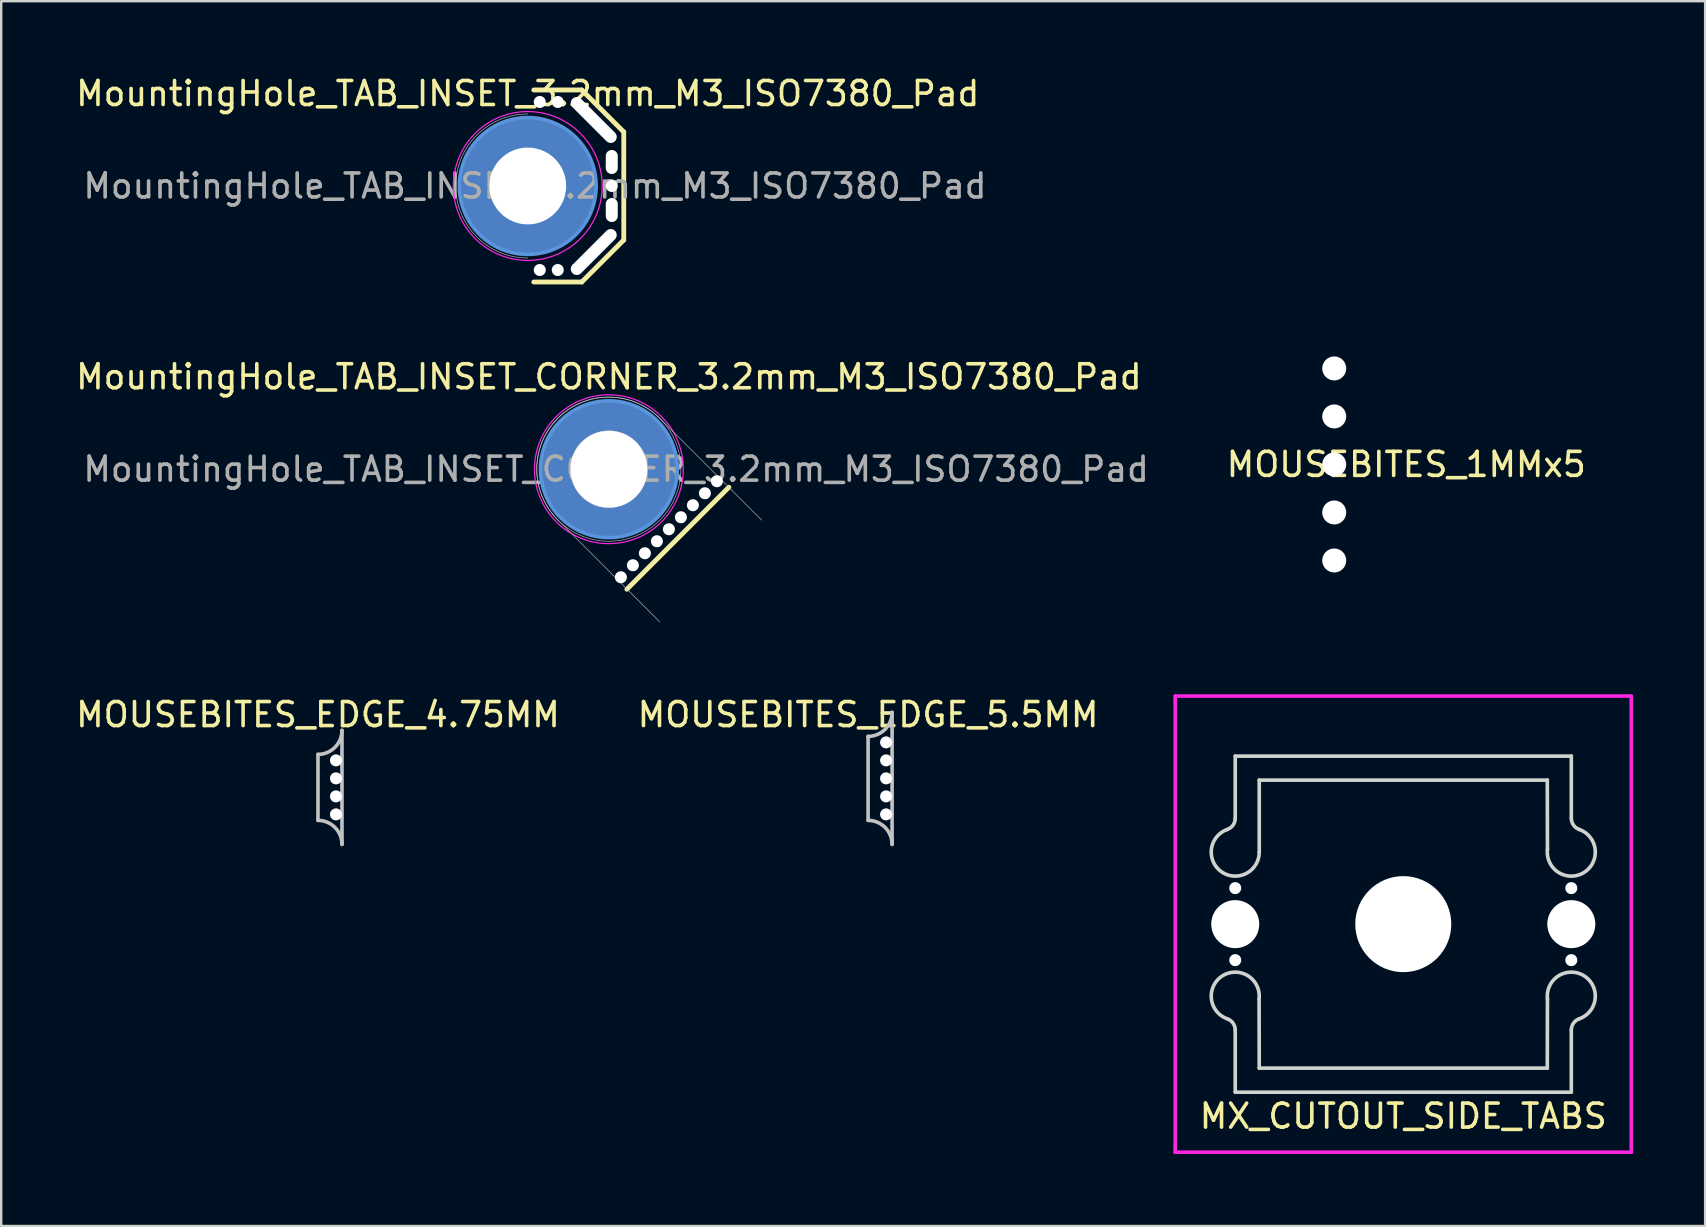
<source format=kicad_pcb>
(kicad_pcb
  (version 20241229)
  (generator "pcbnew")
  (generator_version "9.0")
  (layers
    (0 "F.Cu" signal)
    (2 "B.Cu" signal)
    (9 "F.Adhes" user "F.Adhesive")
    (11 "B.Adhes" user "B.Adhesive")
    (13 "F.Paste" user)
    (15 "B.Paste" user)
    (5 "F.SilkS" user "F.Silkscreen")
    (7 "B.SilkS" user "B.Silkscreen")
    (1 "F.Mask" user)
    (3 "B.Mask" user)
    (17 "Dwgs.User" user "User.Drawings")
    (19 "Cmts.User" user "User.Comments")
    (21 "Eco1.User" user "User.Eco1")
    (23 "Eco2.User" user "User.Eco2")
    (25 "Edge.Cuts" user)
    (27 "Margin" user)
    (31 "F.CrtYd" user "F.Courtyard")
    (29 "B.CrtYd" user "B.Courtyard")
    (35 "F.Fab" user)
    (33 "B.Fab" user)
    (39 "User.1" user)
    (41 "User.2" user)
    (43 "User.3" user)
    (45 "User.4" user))
  (footprint "MountingHole_TAB_INSET_CORNER_3.2mm_M3_ISO7380_Pad"
    (layer "F.Cu")
    (at 22.315 16.497)
    (property "Reference" "MountingHole_TAB_INSET_CORNER_3.2mm_M3_ISO7380_Pad" (at 0 -3.85 0) (layer "F.SilkS") (effects (font (size 1 1) (thickness 0.15))))
    (attr exclude_from_pos_files exclude_from_bom)
    (fp_line (start 0.75 5) (end 5 0.75) (stroke (width 0.2) (type solid)) (layer "F.SilkS"))
    (fp_line (start -2.121 2.121) (end 2.121 6.364) (stroke (width 0.025) (type solid)) (layer "Dwgs.User"))
    (fp_line (start 2.121 -2.121) (end 6.364 2.121) (stroke (width 0.025) (type solid)) (layer "Dwgs.User"))
    (fp_arc (start -2.121321 2.121319) (mid -2.12132 -2.121321) (end 2.12132 -2.12132) (stroke (width 0.0254) (type solid)) (layer "Dwgs.User"))
    (fp_circle (center 0 0) (end 1.6 0) (stroke (width 0.025) (type solid)) (fill no) (layer "Dwgs.User"))
    (fp_circle (center 0 0) (end 3 0) (stroke (width 0.025) (type solid)) (fill no) (layer "Dwgs.User"))
    (fp_circle (center 0 0) (end 2.85 0) (stroke (width 0.15) (type solid)) (fill no) (layer "Cmts.User"))
    (fp_circle (center 0 0) (end 3.1 0) (stroke (width 0.05) (type solid)) (fill no) (layer "F.CrtYd"))
    (fp_text user "${REFERENCE}" (at 0.3 0 0) (layer "F.Fab") (effects (font (size 1 1) (thickness 0.15))))
    (pad "" np_thru_hole circle (at 0.5 4.5) (size 0.5 0.5) (drill 0.5) (layers "*.Cu" "*.Mask"))
    (pad "" np_thru_hole circle (at 1 4) (size 0.5 0.5) (drill 0.5) (layers "*.Cu" "*.Mask"))
    (pad "" np_thru_hole circle (at 1.5 3.5) (size 0.5 0.5) (drill 0.5) (layers "*.Cu" "*.Mask"))
    (pad "" np_thru_hole circle (at 2 3) (size 0.5 0.5) (drill 0.5) (layers "*.Cu" "*.Mask"))
    (pad "" np_thru_hole circle (at 2.5 2.5) (size 0.5 0.5) (drill 0.5) (layers "*.Cu" "*.Mask"))
    (pad "" np_thru_hole circle (at 3 2) (size 0.5 0.5) (drill 0.5) (layers "*.Cu" "*.Mask"))
    (pad "" np_thru_hole circle (at 3.5 1.5) (size 0.5 0.5) (drill 0.5) (layers "*.Cu" "*.Mask"))
    (pad "" np_thru_hole circle (at 4 1) (size 0.5 0.5) (drill 0.5) (layers "*.Cu" "*.Mask"))
    (pad "" np_thru_hole circle (at 4.5 0.5) (size 0.5 0.5) (drill 0.5) (layers "*.Cu" "*.Mask"))
    (pad "1" thru_hole circle (at 0 0) (size 5.7 5.7) (drill 3.2) (layers "*.Cu" "*.Mask")))
  (footprint "MOUSEBITES_1MMx5"
    (layer "F.Cu")
    (at 52.532 16.298)
    (property "Reference" "MOUSEBITES_1MMx5" (at 3 0 0) (layer "F.SilkS") (effects (font (size 1 1) (thickness 0.15))))
    (attr through_hole)
    (pad "" np_thru_hole circle (at 0 -4) (size 1 1) (drill 1) (layers "*.Cu" "*.Mask"))
    (pad "" np_thru_hole circle (at 0 -2) (size 1 1) (drill 1) (layers "*.Cu" "*.Mask"))
    (pad "" np_thru_hole circle (at 0 0) (size 1 1) (drill 1) (layers "*.Cu" "*.Mask"))
    (pad "" np_thru_hole circle (at 0 2) (size 1 1) (drill 1) (layers "*.Cu" "*.Mask"))
    (pad "" np_thru_hole circle (at 0 4) (size 1 1) (drill 1) (layers "*.Cu" "*.Mask")))
  (footprint "MOUSEBITES_EDGE_5.5MM"
    (layer "F.Cu")
    (at 33.113 28.626)
    (property "Reference" "MOUSEBITES_EDGE_5.5MM" (at 0 -1.905 0) (layer "F.SilkS") (effects (font (size 1 1) (thickness 0.15))))
    (attr through_hole)
    (fp_line (start 0 -1) (end 0 2.5) (stroke (width 0.15) (type solid)) (layer "Dwgs.User"))
    (fp_line (start 1 3.5) (end 1 -2) (stroke (width 0.15) (type solid)) (layer "Dwgs.User"))
    (fp_arc (start 0 2.5) (mid 0.707107 2.792893) (end 1 3.5) (stroke (width 0.15) (type solid)) (layer "Dwgs.User"))
    (fp_arc (start 1 -2) (mid 0.707107 -1.292893) (end 0 -1) (stroke (width 0.15) (type solid)) (layer "Dwgs.User"))
    (pad "" np_thru_hole circle (at 0.75 -0.75) (size 0.5 0.5) (drill 0.5) (layers "*.Cu" "*.Mask"))
    (pad "" np_thru_hole circle (at 0.75 0) (size 0.5 0.5) (drill 0.5) (layers "*.Cu" "*.Mask"))
    (pad "" np_thru_hole circle (at 0.75 0.75) (size 0.5 0.5) (drill 0.5) (layers "*.Cu" "*.Mask"))
    (pad "" np_thru_hole circle (at 0.75 1.5) (size 0.5 0.5) (drill 0.5) (layers "*.Cu" "*.Mask"))
    (pad "" np_thru_hole circle (at 0.75 2.25) (size 0.5 0.5) (drill 0.5) (layers "*.Cu" "*.Mask")))
  (footprint "MountingHole_TAB_INSET_3.2mm_M3_ISO7380_Pad"
    (layer "F.Cu")
    (at 18.935 4.698)
    (property "Reference" "MountingHole_TAB_INSET_3.2mm_M3_ISO7380_Pad" (at 0 -3.85 0) (layer "F.SilkS") (effects (font (size 1 1) (thickness 0.15))))
    (attr exclude_from_pos_files exclude_from_bom)
    (fp_line (start 2.25 -4) (end 0.25 -4) (stroke (width 0.2) (type solid)) (layer "F.SilkS"))
    (fp_line (start 2.25 4) (end 0.25 4) (stroke (width 0.2) (type solid)) (layer "F.SilkS"))
    (fp_line (start 4 -2.25) (end 2.25 -4) (stroke (width 0.2) (type solid)) (layer "F.SilkS"))
    (fp_line (start 4 -2.25) (end 4 2.25) (stroke (width 0.2) (type solid)) (layer "F.SilkS"))
    (fp_line (start 4 2.25) (end 2.25 4) (stroke (width 0.2) (type solid)) (layer "F.SilkS"))
    (fp_arc (start 0 3) (mid -3 0) (end 0 -3) (stroke (width 0.0254) (type solid)) (layer "Dwgs.User"))
    (fp_circle (center 0 0) (end 2.85 0) (stroke (width 0.15) (type solid)) (fill no) (layer "Cmts.User"))
    (fp_circle (center 0 0) (end 3.1 0) (stroke (width 0.05) (type solid)) (fill no) (layer "F.CrtYd"))
    (fp_text user "${REFERENCE}" (at 0.3 0 0) (layer "F.Fab") (effects (font (size 1 1) (thickness 0.15))))
    (pad "" np_thru_hole circle (at 0.5 -3.5) (size 0.5 0.5) (drill 0.5) (layers "*.Cu" "*.Mask"))
    (pad "" np_thru_hole circle (at 0.5 3.5) (size 0.5 0.5) (drill 0.5) (layers "*.Cu" "*.Mask"))
    (pad "" np_thru_hole circle (at 1.25 -3.5) (size 0.5 0.5) (drill 0.5) (layers "*.Cu" "*.Mask"))
    (pad "" np_thru_hole circle (at 1.25 3.5) (size 0.5 0.5) (drill 0.5) (layers "*.Cu" "*.Mask"))
    (pad "" np_thru_hole oval (at 2.75 -2.75 315) (size 2.5 0.5) (drill oval 2.5 0.5) (layers "*.Cu" "*.Mask"))
    (pad "" np_thru_hole oval (at 2.75 2.75 45) (size 2.5 0.5) (drill oval 2.5 0.5) (layers "*.Cu" "*.Mask"))
    (pad "" np_thru_hole oval (at 3.5 -1) (size 0.5 1) (drill oval 0.5 1) (layers "*.Cu" "*.Mask"))
    (pad "" np_thru_hole circle (at 3.5 0) (size 0.5 0.5) (drill 0.5) (layers "*.Cu" "*.Mask"))
    (pad "" np_thru_hole oval (at 3.5 1) (size 0.5 1) (drill oval 0.5 1) (layers "*.Cu" "*.Mask"))
    (pad "1" thru_hole circle (at 0 0) (size 5.7 5.7) (drill 3.2) (layers "*.Cu" "*.Mask")))
  (footprint "MX_CUTOUT_SIDE_TABS"
    (layer "F.Cu")
    (at 55.408 35.448)
    (property "Reference" "MX_CUTOUT_SIDE_TABS" (at 0 8 0) (layer "F.SilkS") (effects (font (size 1 1) (thickness 0.15))))
    (attr through_hole)
    (fp_line (start -7 -7) (end -7 -4.414) (stroke (width 0.15) (type solid)) (layer "Edge.Cuts"))
    (fp_line (start -7 -7) (end 7 -7) (stroke (width 0.15) (type solid)) (layer "Edge.Cuts"))
    (fp_line (start -7 4.414) (end -7 7) (stroke (width 0.15) (type solid)) (layer "Edge.Cuts"))
    (fp_line (start -7 7) (end 7 7) (stroke (width 0.15) (type solid)) (layer "Edge.Cuts"))
    (fp_line (start -6.006 3.109) (end -6 6) (stroke (width 0.15) (type solid)) (layer "Edge.Cuts"))
    (fp_line (start -6 -6) (end -6 -3) (stroke (width 0.15) (type solid)) (layer "Edge.Cuts"))
    (fp_line (start -6 -6) (end 6 -6) (stroke (width 0.15) (type solid)) (layer "Edge.Cuts"))
    (fp_line (start 6 -6) (end 6.006 -3.109) (stroke (width 0.15) (type solid)) (layer "Edge.Cuts"))
    (fp_line (start 6 6) (end -6 6) (stroke (width 0.15) (type solid)) (layer "Edge.Cuts"))
    (fp_line (start 6.006 3.109) (end 6 6) (stroke (width 0.15) (type solid)) (layer "Edge.Cuts"))
    (fp_line (start 7 -4.414) (end 7 -7) (stroke (width 0.15) (type solid)) (layer "Edge.Cuts"))
    (fp_line (start 7 7) (end 7 4.414) (stroke (width 0.15) (type solid)) (layer "Edge.Cuts"))
    (fp_arc (start -7.333333 3.942809) (mid -7.091751 4.125539) (end -7 4.414214) (stroke (width 0.15) (type solid)) (layer "Edge.Cuts"))
    (fp_arc (start -7.333333 3.942809) (mid -7.531779 2.153117) (end -6.005996 3.10934) (stroke (width 0.15) (type solid)) (layer "Edge.Cuts"))
    (fp_arc (start -6.999999 -4.414214) (mid -7.091751 -4.125538) (end -7.333333 -3.942809) (stroke (width 0.15) (type solid)) (layer "Edge.Cuts"))
    (fp_arc (start -6 -3) (mid -7.57735 -2.183504) (end -7.333333 -3.942809) (stroke (width 0.15) (type solid)) (layer "Edge.Cuts"))
    (fp_arc (start 6.005996 3.10934) (mid 7.531779 2.153117) (end 7.333333 3.942809) (stroke (width 0.15) (type solid)) (layer "Edge.Cuts"))
    (fp_arc (start 6.999999 4.414214) (mid 7.091751 4.125538) (end 7.333333 3.942809) (stroke (width 0.15) (type solid)) (layer "Edge.Cuts"))
    (fp_arc (start 7.333333 -3.942809) (mid 7.531779 -2.153117) (end 6.005996 -3.10934) (stroke (width 0.15) (type solid)) (layer "Edge.Cuts"))
    (fp_arc (start 7.333333 -3.942809) (mid 7.091751 -4.125539) (end 7 -4.414214) (stroke (width 0.15) (type solid)) (layer "Edge.Cuts"))
    (fp_line (start -9.5 -9.5) (end 9.5 -9.5) (stroke (width 0.15) (type solid)) (layer "F.CrtYd"))
    (fp_line (start -9.5 9.5) (end -9.5 -9.5) (stroke (width 0.15) (type solid)) (layer "F.CrtYd"))
    (fp_line (start 9.5 -9.5) (end 9.5 9.5) (stroke (width 0.15) (type solid)) (layer "F.CrtYd"))
    (fp_line (start 9.5 9.5) (end -9.5 9.5) (stroke (width 0.15) (type solid)) (layer "F.CrtYd"))
    (pad "" np_thru_hole circle (at -7 -1.5) (size 0.5 0.5) (drill 0.5) (layers "*.Cu" "*.Mask"))
    (pad "" np_thru_hole circle (at -7 0) (size 2 2) (drill 2) (layers "*.Cu" "*.Mask"))
    (pad "" np_thru_hole circle (at -7 1.5) (size 0.5 0.5) (drill 0.5) (layers "*.Cu" "*.Mask"))
    (pad "" np_thru_hole circle (at 0 0) (size 4 4) (drill 4) (layers "*.Cu" "*.Mask"))
    (pad "" np_thru_hole circle (at 7 -1.5) (size 0.5 0.5) (drill 0.5) (layers "*.Cu" "*.Mask"))
    (pad "" np_thru_hole circle (at 7 0) (size 2 2) (drill 2) (layers "*.Cu" "*.Mask"))
    (pad "" np_thru_hole circle (at 7 1.5) (size 0.5 0.5) (drill 0.5) (layers "*.Cu" "*.Mask")))
  (footprint "MOUSEBITES_EDGE_4.75MM"
    (layer "F.Cu")
    (at 10.196 28.626)
    (property "Reference" "MOUSEBITES_EDGE_4.75MM" (at 0 -1.905 0) (layer "F.SilkS") (effects (font (size 1 1) (thickness 0.15))))
    (attr through_hole)
    (fp_line (start 0 -0.25) (end 0 2.5) (stroke (width 0.15) (type solid)) (layer "Dwgs.User"))
    (fp_line (start 1 3.5) (end 1 -1.25) (stroke (width 0.15) (type solid)) (layer "Dwgs.User"))
    (fp_arc (start 0 2.5) (mid 0.707107 2.792893) (end 1 3.5) (stroke (width 0.15) (type solid)) (layer "Dwgs.User"))
    (fp_arc (start 1 -1.25) (mid 0.707107 -0.542893) (end 0 -0.25) (stroke (width 0.15) (type solid)) (layer "Dwgs.User"))
    (pad "" np_thru_hole circle (at 0.75 0) (size 0.5 0.5) (drill 0.5) (layers "*.Cu" "*.Mask"))
    (pad "" np_thru_hole circle (at 0.75 0.75) (size 0.5 0.5) (drill 0.5) (layers "*.Cu" "*.Mask"))
    (pad "" np_thru_hole circle (at 0.75 1.5) (size 0.5 0.5) (drill 0.5) (layers "*.Cu" "*.Mask"))
    (pad "" np_thru_hole circle (at 0.75 2.25) (size 0.5 0.5) (drill 0.5) (layers "*.Cu" "*.Mask")))
  (gr_rect
    (start -3 -3)
    (end 67.983 48.023)
    (stroke (width 0.1) (type default))
    (fill no)
    (layer "Edge.Cuts")))
</source>
